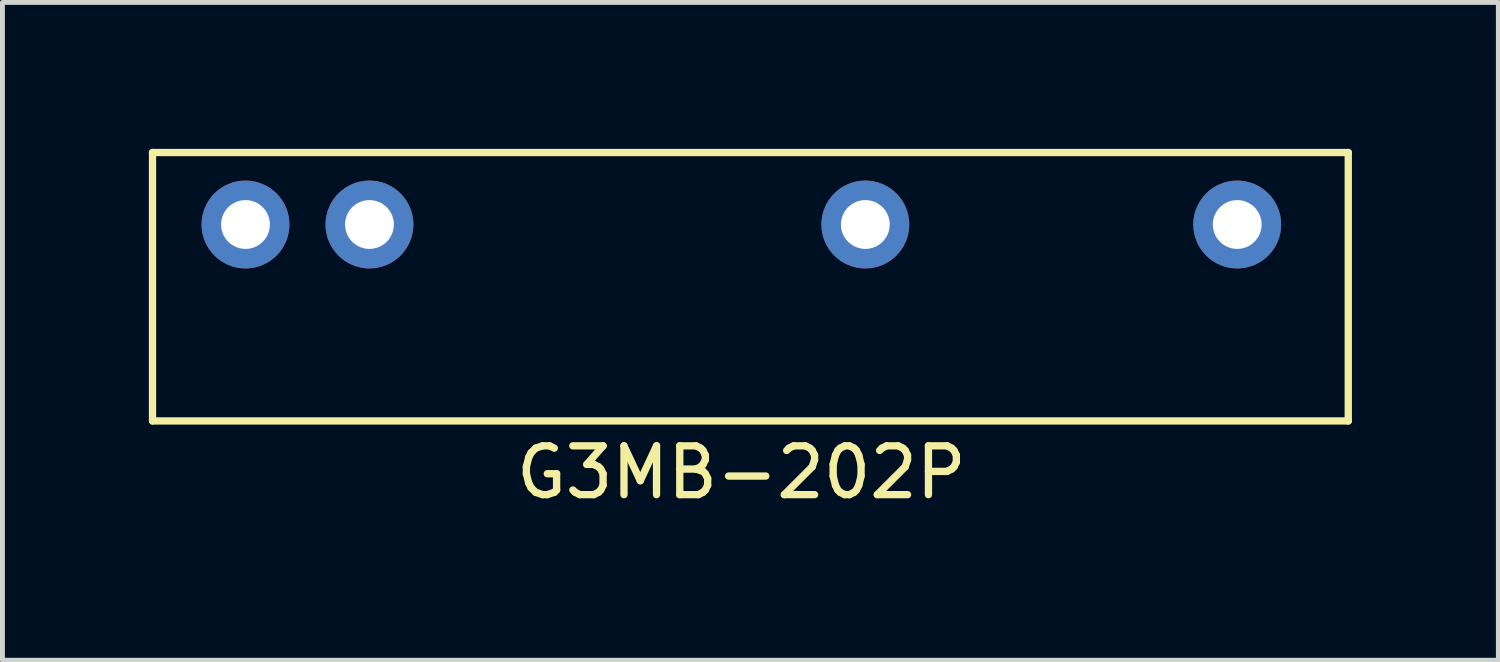
<source format=kicad_pcb>
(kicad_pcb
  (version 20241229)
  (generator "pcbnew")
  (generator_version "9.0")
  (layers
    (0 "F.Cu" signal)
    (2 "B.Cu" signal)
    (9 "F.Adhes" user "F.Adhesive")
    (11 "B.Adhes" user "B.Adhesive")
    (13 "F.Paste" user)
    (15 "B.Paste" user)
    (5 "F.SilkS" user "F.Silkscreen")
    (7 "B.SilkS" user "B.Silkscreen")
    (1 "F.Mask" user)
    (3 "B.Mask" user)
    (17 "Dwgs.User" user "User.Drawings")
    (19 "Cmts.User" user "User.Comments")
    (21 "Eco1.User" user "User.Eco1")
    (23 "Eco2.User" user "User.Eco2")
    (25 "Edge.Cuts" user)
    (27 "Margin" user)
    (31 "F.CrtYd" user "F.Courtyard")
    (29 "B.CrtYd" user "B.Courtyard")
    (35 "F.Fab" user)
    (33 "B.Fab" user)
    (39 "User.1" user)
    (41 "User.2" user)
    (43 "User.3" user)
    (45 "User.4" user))
  (footprint "G3MB-202P"
    (layer "F.Cu")
    (at 1.98 1.55)
    (property "Reference" "G3MB-202P" (at 10.16 5.08 0) (layer "F.SilkS") (effects (font (size 1 1) (thickness 0.15))))
    (attr through_hole)
    (fp_line (start -1.905 -1.475) (end 22.595 -1.475) (stroke (width 0.15) (type solid)) (layer "F.SilkS"))
    (fp_line (start -1.905 4.025) (end -1.905 -1.475) (stroke (width 0.15) (type solid)) (layer "F.SilkS"))
    (fp_line (start 22.595 -1.475) (end 22.595 4.025) (stroke (width 0.15) (type solid)) (layer "F.SilkS"))
    (fp_line (start 22.595 4.025) (end -1.905 4.025) (stroke (width 0.15) (type solid)) (layer "F.SilkS"))
    (pad "1" thru_hole circle (at 20.32 0) (size 1.8 1.8) (drill 1) (layers "*.Cu" "*.Mask"))
    (pad "2" thru_hole circle (at 12.7 0) (size 1.8 1.8) (drill 1) (layers "*.Cu" "*.Mask"))
    (pad "3" thru_hole circle (at 2.54 0) (size 1.8 1.8) (drill 1) (layers "*.Cu" "*.Mask"))
    (pad "4" thru_hole circle (at 0 0) (size 1.8 1.8) (drill 1) (layers "*.Cu" "*.Mask")))
  (gr_rect
    (start -3 -3)
    (end 27.65 10.478)
    (stroke (width 0.1) (type default))
    (fill no)
    (layer "Edge.Cuts")))
</source>
